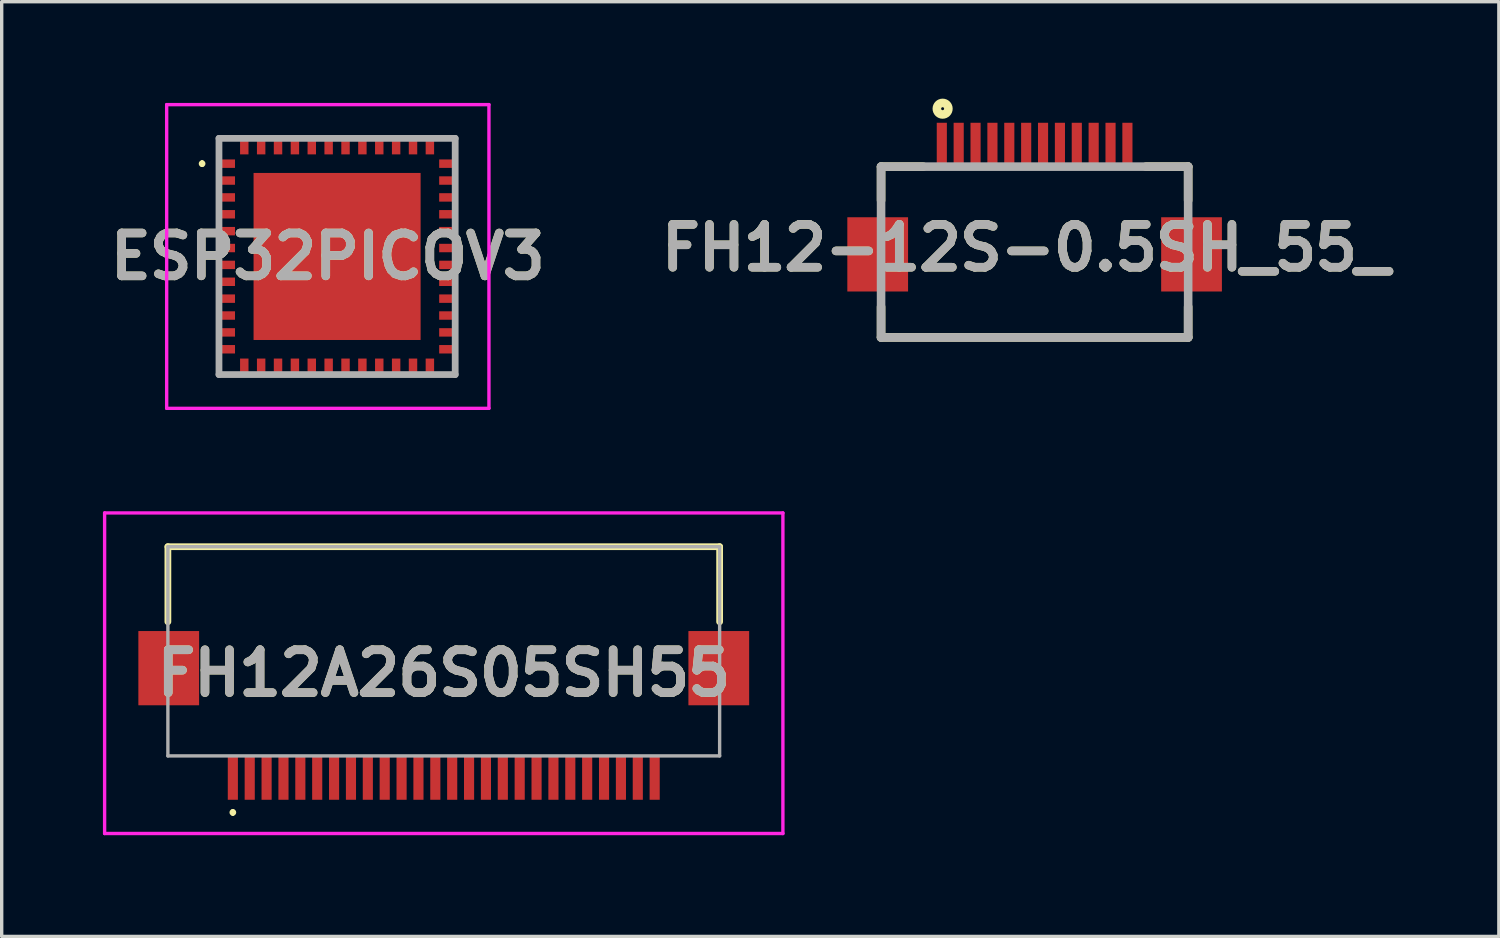
<source format=kicad_pcb>
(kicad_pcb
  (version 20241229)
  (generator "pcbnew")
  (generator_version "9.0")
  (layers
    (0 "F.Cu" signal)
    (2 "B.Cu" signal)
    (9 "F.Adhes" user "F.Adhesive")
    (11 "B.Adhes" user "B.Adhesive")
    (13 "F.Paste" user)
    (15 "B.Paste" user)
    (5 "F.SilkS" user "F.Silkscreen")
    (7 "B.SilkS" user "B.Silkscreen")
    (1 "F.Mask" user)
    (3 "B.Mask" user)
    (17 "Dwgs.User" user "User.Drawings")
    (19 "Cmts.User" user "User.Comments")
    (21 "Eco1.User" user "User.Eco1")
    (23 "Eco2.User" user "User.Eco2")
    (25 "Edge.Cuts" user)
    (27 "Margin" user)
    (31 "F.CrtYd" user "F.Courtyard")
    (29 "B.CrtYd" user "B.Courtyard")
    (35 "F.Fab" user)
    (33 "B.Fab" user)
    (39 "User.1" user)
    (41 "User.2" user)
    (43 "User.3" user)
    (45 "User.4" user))
  (footprint "FH12-12S-0.5SH_55_"
    (layer "F.Cu")
    (at 27.609 1.888)
    (property "Reference" "FH12-12S-0.5SH_55_" (at -0.261 2.407 0) (layer "F.SilkS") (effects (font (size 1.27 1.27) (thickness 0.254))))
    (attr smd)
    (fp_line (start -4.55 0) (end -4.55 1) (stroke (width 0.254) (type solid)) (layer "F.SilkS"))
    (fp_line (start -4.55 0) (end -3.3 0) (stroke (width 0.254) (type solid)) (layer "F.SilkS"))
    (fp_line (start -4.55 5.061) (end -4.55 4.155) (stroke (width 0.254) (type solid)) (layer "F.SilkS"))
    (fp_line (start -4.55 5.061) (end 4.55 5.061) (stroke (width 0.254) (type solid)) (layer "F.SilkS"))
    (fp_line (start 4.55 0) (end 3.3 0) (stroke (width 0.254) (type solid)) (layer "F.SilkS"))
    (fp_line (start 4.55 0) (end 4.55 1) (stroke (width 0.254) (type solid)) (layer "F.SilkS"))
    (fp_line (start 4.55 5.061) (end 4.55 4.155) (stroke (width 0.254) (type solid)) (layer "F.SilkS"))
    (fp_circle (center -2.726 -1.717) (end -2.726 -1.673) (stroke (width 0.254) (type solid)) (fill no) (layer "F.SilkS"))
    (fp_line (start -4.55 0) (end 4.55 0) (stroke (width 0.254) (type solid)) (layer "F.Fab"))
    (fp_line (start -4.55 5.061) (end -4.55 0) (stroke (width 0.254) (type solid)) (layer "F.Fab"))
    (fp_line (start 4.55 0) (end 4.55 5.061) (stroke (width 0.254) (type solid)) (layer "F.Fab"))
    (fp_line (start 4.55 5.061) (end -4.55 5.061) (stroke (width 0.254) (type solid)) (layer "F.Fab"))
    (fp_text user "${REFERENCE}" (at -0.261 2.407 0) (layer "F.Fab") (effects (font (size 1.27 1.27) (thickness 0.254))))
    (pad "1" smd rect (at -2.75 -0.65) (size 0.3 1.3) (layers "F.Cu" "F.Mask" "F.Paste"))
    (pad "2" smd rect (at -2.25 -0.65) (size 0.3 1.3) (layers "F.Cu" "F.Mask" "F.Paste"))
    (pad "3" smd rect (at -1.75 -0.65) (size 0.3 1.3) (layers "F.Cu" "F.Mask" "F.Paste"))
    (pad "4" smd rect (at -1.25 -0.65) (size 0.3 1.3) (layers "F.Cu" "F.Mask" "F.Paste"))
    (pad "5" smd rect (at -0.75 -0.65) (size 0.3 1.3) (layers "F.Cu" "F.Mask" "F.Paste"))
    (pad "6" smd rect (at -0.25 -0.65) (size 0.3 1.3) (layers "F.Cu" "F.Mask" "F.Paste"))
    (pad "7" smd rect (at 0.25 -0.65) (size 0.3 1.3) (layers "F.Cu" "F.Mask" "F.Paste"))
    (pad "8" smd rect (at 0.75 -0.65) (size 0.3 1.3) (layers "F.Cu" "F.Mask" "F.Paste"))
    (pad "9" smd rect (at 1.25 -0.65) (size 0.3 1.3) (layers "F.Cu" "F.Mask" "F.Paste"))
    (pad "10" smd rect (at 1.75 -0.65) (size 0.3 1.3) (layers "F.Cu" "F.Mask" "F.Paste"))
    (pad "11" smd rect (at 2.25 -0.65) (size 0.3 1.3) (layers "F.Cu" "F.Mask" "F.Paste"))
    (pad "12" smd rect (at 2.75 -0.65) (size 0.3 1.3) (layers "F.Cu" "F.Mask" "F.Paste"))
    (pad "13" smd rect (at 4.65 2.6) (size 1.8 2.2) (layers "F.Cu" "F.Mask" "F.Paste"))
    (pad "14" smd rect (at -4.65 2.6) (size 1.8 2.2) (layers "F.Cu" "F.Mask" "F.Paste")))
  (footprint "ESP32PICOV3"
    (layer "F.Cu")
    (at 6.939 4.55)
    (property "Reference" "ESP32PICOV3" (at -0.275 0 0) (layer "F.SilkS") (effects (font (size 1.27 1.27) (thickness 0.254))))
    (attr smd)
    (fp_line (start -4 -2.8) (end -4 -2.8) (stroke (width 0.1) (type solid)) (layer "F.SilkS"))
    (fp_line (start -4 -2.7) (end -4 -2.7) (stroke (width 0.1) (type solid)) (layer "F.SilkS"))
    (fp_arc (start -4 -2.8) (mid -3.95 -2.75) (end -4 -2.7) (stroke (width 0.1) (type solid)) (layer "F.SilkS"))
    (fp_arc (start -4 -2.7) (mid -4.05 -2.75) (end -4 -2.8) (stroke (width 0.1) (type solid)) (layer "F.SilkS"))
    (fp_line (start -5.05 -4.5) (end 4.5 -4.5) (stroke (width 0.1) (type solid)) (layer "F.CrtYd"))
    (fp_line (start -5.05 4.5) (end -5.05 -4.5) (stroke (width 0.1) (type solid)) (layer "F.CrtYd"))
    (fp_line (start 4.5 -4.5) (end 4.5 4.5) (stroke (width 0.1) (type solid)) (layer "F.CrtYd"))
    (fp_line (start 4.5 4.5) (end -5.05 4.5) (stroke (width 0.1) (type solid)) (layer "F.CrtYd"))
    (fp_line (start -3.5 -3.5) (end 3.5 -3.5) (stroke (width 0.2) (type solid)) (layer "F.Fab"))
    (fp_line (start -3.5 3.5) (end -3.5 -3.5) (stroke (width 0.2) (type solid)) (layer "F.Fab"))
    (fp_line (start 3.5 -3.5) (end 3.5 3.5) (stroke (width 0.2) (type solid)) (layer "F.Fab"))
    (fp_line (start 3.5 3.5) (end -3.5 3.5) (stroke (width 0.2) (type solid)) (layer "F.Fab"))
    (fp_text user "${REFERENCE}" (at -0.275 0 0) (layer "F.Fab") (effects (font (size 1.27 1.27) (thickness 0.254))))
    (pad "1" smd rect (at -3.225 -2.75 90) (size 0.25 0.4) (layers "F.Cu" "F.Mask" "F.Paste"))
    (pad "2" smd rect (at -3.225 -2.25 90) (size 0.25 0.4) (layers "F.Cu" "F.Mask" "F.Paste"))
    (pad "3" smd rect (at -3.225 -1.75 90) (size 0.25 0.4) (layers "F.Cu" "F.Mask" "F.Paste"))
    (pad "4" smd rect (at -3.225 -1.25 90) (size 0.25 0.4) (layers "F.Cu" "F.Mask" "F.Paste"))
    (pad "5" smd rect (at -3.225 -0.75 90) (size 0.25 0.4) (layers "F.Cu" "F.Mask" "F.Paste"))
    (pad "6" smd rect (at -3.225 -0.25 90) (size 0.25 0.4) (layers "F.Cu" "F.Mask" "F.Paste"))
    (pad "7" smd rect (at -3.225 0.25 90) (size 0.25 0.4) (layers "F.Cu" "F.Mask" "F.Paste"))
    (pad "8" smd rect (at -3.225 0.75 90) (size 0.25 0.4) (layers "F.Cu" "F.Mask" "F.Paste"))
    (pad "9" smd rect (at -3.225 1.25 90) (size 0.25 0.4) (layers "F.Cu" "F.Mask" "F.Paste"))
    (pad "10" smd rect (at -3.225 1.75 90) (size 0.25 0.4) (layers "F.Cu" "F.Mask" "F.Paste"))
    (pad "11" smd rect (at -3.225 2.25 90) (size 0.25 0.4) (layers "F.Cu" "F.Mask" "F.Paste"))
    (pad "12" smd rect (at -3.225 2.75 90) (size 0.25 0.4) (layers "F.Cu" "F.Mask" "F.Paste"))
    (pad "13" smd rect (at -2.75 3.225) (size 0.25 0.4) (layers "F.Cu" "F.Mask" "F.Paste"))
    (pad "14" smd rect (at -2.25 3.225) (size 0.25 0.4) (layers "F.Cu" "F.Mask" "F.Paste"))
    (pad "15" smd rect (at -1.75 3.225) (size 0.25 0.4) (layers "F.Cu" "F.Mask" "F.Paste"))
    (pad "16" smd rect (at -1.25 3.225) (size 0.25 0.4) (layers "F.Cu" "F.Mask" "F.Paste"))
    (pad "17" smd rect (at -0.75 3.225) (size 0.25 0.4) (layers "F.Cu" "F.Mask" "F.Paste"))
    (pad "18" smd rect (at -0.25 3.225) (size 0.25 0.4) (layers "F.Cu" "F.Mask" "F.Paste"))
    (pad "19" smd rect (at 0.25 3.225) (size 0.25 0.4) (layers "F.Cu" "F.Mask" "F.Paste"))
    (pad "20" smd rect (at 0.75 3.225) (size 0.25 0.4) (layers "F.Cu" "F.Mask" "F.Paste"))
    (pad "21" smd rect (at 1.25 3.225) (size 0.25 0.4) (layers "F.Cu" "F.Mask" "F.Paste"))
    (pad "22" smd rect (at 1.75 3.225) (size 0.25 0.4) (layers "F.Cu" "F.Mask" "F.Paste"))
    (pad "23" smd rect (at 2.25 3.225) (size 0.25 0.4) (layers "F.Cu" "F.Mask" "F.Paste"))
    (pad "24" smd rect (at 2.75 3.225) (size 0.25 0.4) (layers "F.Cu" "F.Mask" "F.Paste"))
    (pad "25" smd rect (at 3.225 2.75 90) (size 0.25 0.4) (layers "F.Cu" "F.Mask" "F.Paste"))
    (pad "26" smd rect (at 3.225 2.25 90) (size 0.25 0.4) (layers "F.Cu" "F.Mask" "F.Paste"))
    (pad "27" smd rect (at 3.225 1.75 90) (size 0.25 0.4) (layers "F.Cu" "F.Mask" "F.Paste"))
    (pad "28" smd rect (at 3.225 1.25 90) (size 0.25 0.4) (layers "F.Cu" "F.Mask" "F.Paste"))
    (pad "29" smd rect (at 3.225 0.75 90) (size 0.25 0.4) (layers "F.Cu" "F.Mask" "F.Paste"))
    (pad "30" smd rect (at 3.225 0.25 90) (size 0.25 0.4) (layers "F.Cu" "F.Mask" "F.Paste"))
    (pad "31" smd rect (at 3.225 -0.25 90) (size 0.25 0.4) (layers "F.Cu" "F.Mask" "F.Paste"))
    (pad "32" smd rect (at 3.225 -0.75 90) (size 0.25 0.4) (layers "F.Cu" "F.Mask" "F.Paste"))
    (pad "33" smd rect (at 3.225 -1.25 90) (size 0.25 0.4) (layers "F.Cu" "F.Mask" "F.Paste"))
    (pad "34" smd rect (at 3.225 -1.75 90) (size 0.25 0.4) (layers "F.Cu" "F.Mask" "F.Paste"))
    (pad "35" smd rect (at 3.225 -2.25 90) (size 0.25 0.4) (layers "F.Cu" "F.Mask" "F.Paste"))
    (pad "36" smd rect (at 3.225 -2.75 90) (size 0.25 0.4) (layers "F.Cu" "F.Mask" "F.Paste"))
    (pad "37" smd rect (at 2.75 -3.225) (size 0.25 0.4) (layers "F.Cu" "F.Mask" "F.Paste"))
    (pad "38" smd rect (at 2.25 -3.225) (size 0.25 0.4) (layers "F.Cu" "F.Mask" "F.Paste"))
    (pad "39" smd rect (at 1.75 -3.225) (size 0.25 0.4) (layers "F.Cu" "F.Mask" "F.Paste"))
    (pad "40" smd rect (at 1.25 -3.225) (size 0.25 0.4) (layers "F.Cu" "F.Mask" "F.Paste"))
    (pad "41" smd rect (at 0.75 -3.225) (size 0.25 0.4) (layers "F.Cu" "F.Mask" "F.Paste"))
    (pad "42" smd rect (at 0.25 -3.225) (size 0.25 0.4) (layers "F.Cu" "F.Mask" "F.Paste"))
    (pad "43" smd rect (at -0.25 -3.225) (size 0.25 0.4) (layers "F.Cu" "F.Mask" "F.Paste"))
    (pad "44" smd rect (at -0.75 -3.225) (size 0.25 0.4) (layers "F.Cu" "F.Mask" "F.Paste"))
    (pad "45" smd rect (at -1.25 -3.225) (size 0.25 0.4) (layers "F.Cu" "F.Mask" "F.Paste"))
    (pad "46" smd rect (at -1.75 -3.225) (size 0.25 0.4) (layers "F.Cu" "F.Mask" "F.Paste"))
    (pad "47" smd rect (at -2.25 -3.225) (size 0.25 0.4) (layers "F.Cu" "F.Mask" "F.Paste"))
    (pad "48" smd rect (at -2.75 -3.225) (size 0.25 0.4) (layers "F.Cu" "F.Mask" "F.Paste"))
    (pad "49" smd rect (at 0 0) (size 4.95 4.95) (layers "F.Cu" "F.Mask" "F.Paste")))
  (footprint "FH12A26S05SH55"
    (layer "F.Cu")
    (at 10.1 16.575)
    (property "Reference" "FH12A26S05SH55" (at 0 0.325 0) (layer "F.SilkS") (effects (font (size 1.27 1.27) (thickness 0.254))))
    (attr smd)
    (fp_line (start -8.175 -3.425) (end 8.175 -3.425) (stroke (width 0.2) (type solid)) (layer "F.SilkS"))
    (fp_line (start -8.175 -1.2) (end -8.175 -3.425) (stroke (width 0.2) (type solid)) (layer "F.SilkS"))
    (fp_line (start -6.25 4.4) (end -6.25 4.4) (stroke (width 0.1) (type solid)) (layer "F.SilkS"))
    (fp_line (start -6.25 4.5) (end -6.25 4.5) (stroke (width 0.1) (type solid)) (layer "F.SilkS"))
    (fp_line (start 8.175 -3.425) (end 8.175 -1.2) (stroke (width 0.2) (type solid)) (layer "F.SilkS"))
    (fp_arc (start -6.25 4.4) (mid -6.2 4.45) (end -6.25 4.5) (stroke (width 0.1) (type solid)) (layer "F.SilkS"))
    (fp_arc (start -6.25 4.5) (mid -6.3 4.45) (end -6.25 4.4) (stroke (width 0.1) (type solid)) (layer "F.SilkS"))
    (fp_line (start -10.05 -4.425) (end 10.05 -4.425) (stroke (width 0.1) (type solid)) (layer "F.CrtYd"))
    (fp_line (start -10.05 5.075) (end -10.05 -4.425) (stroke (width 0.1) (type solid)) (layer "F.CrtYd"))
    (fp_line (start 10.05 -4.425) (end 10.05 5.075) (stroke (width 0.1) (type solid)) (layer "F.CrtYd"))
    (fp_line (start 10.05 5.075) (end -10.05 5.075) (stroke (width 0.1) (type solid)) (layer "F.CrtYd"))
    (fp_line (start -8.175 -3.425) (end 8.175 -3.425) (stroke (width 0.1) (type solid)) (layer "F.Fab"))
    (fp_line (start -8.175 2.775) (end -8.175 -3.425) (stroke (width 0.1) (type solid)) (layer "F.Fab"))
    (fp_line (start 8.175 -3.425) (end 8.175 2.775) (stroke (width 0.1) (type solid)) (layer "F.Fab"))
    (fp_line (start 8.175 2.775) (end -8.175 2.775) (stroke (width 0.1) (type solid)) (layer "F.Fab"))
    (fp_text user "${REFERENCE}" (at 0 0.325 0) (layer "F.Fab") (effects (font (size 1.27 1.27) (thickness 0.254))))
    (pad "1" smd rect (at -6.25 3.425) (size 0.3 1.3) (layers "F.Cu" "F.Mask" "F.Paste"))
    (pad "2" smd rect (at -5.75 3.425) (size 0.3 1.3) (layers "F.Cu" "F.Mask" "F.Paste"))
    (pad "3" smd rect (at -5.25 3.425) (size 0.3 1.3) (layers "F.Cu" "F.Mask" "F.Paste"))
    (pad "4" smd rect (at -4.75 3.425) (size 0.3 1.3) (layers "F.Cu" "F.Mask" "F.Paste"))
    (pad "5" smd rect (at -4.25 3.425) (size 0.3 1.3) (layers "F.Cu" "F.Mask" "F.Paste"))
    (pad "6" smd rect (at -3.75 3.425) (size 0.3 1.3) (layers "F.Cu" "F.Mask" "F.Paste"))
    (pad "7" smd rect (at -3.25 3.425) (size 0.3 1.3) (layers "F.Cu" "F.Mask" "F.Paste"))
    (pad "8" smd rect (at -2.75 3.425) (size 0.3 1.3) (layers "F.Cu" "F.Mask" "F.Paste"))
    (pad "9" smd rect (at -2.25 3.425) (size 0.3 1.3) (layers "F.Cu" "F.Mask" "F.Paste"))
    (pad "10" smd rect (at -1.75 3.425) (size 0.3 1.3) (layers "F.Cu" "F.Mask" "F.Paste"))
    (pad "11" smd rect (at -1.25 3.425) (size 0.3 1.3) (layers "F.Cu" "F.Mask" "F.Paste"))
    (pad "12" smd rect (at -0.75 3.425) (size 0.3 1.3) (layers "F.Cu" "F.Mask" "F.Paste"))
    (pad "13" smd rect (at -0.25 3.425) (size 0.3 1.3) (layers "F.Cu" "F.Mask" "F.Paste"))
    (pad "14" smd rect (at 0.25 3.425) (size 0.3 1.3) (layers "F.Cu" "F.Mask" "F.Paste"))
    (pad "15" smd rect (at 0.75 3.425) (size 0.3 1.3) (layers "F.Cu" "F.Mask" "F.Paste"))
    (pad "16" smd rect (at 1.25 3.425) (size 0.3 1.3) (layers "F.Cu" "F.Mask" "F.Paste"))
    (pad "17" smd rect (at 1.75 3.425) (size 0.3 1.3) (layers "F.Cu" "F.Mask" "F.Paste"))
    (pad "18" smd rect (at 2.25 3.425) (size 0.3 1.3) (layers "F.Cu" "F.Mask" "F.Paste"))
    (pad "19" smd rect (at 2.75 3.425) (size 0.3 1.3) (layers "F.Cu" "F.Mask" "F.Paste"))
    (pad "20" smd rect (at 3.25 3.425) (size 0.3 1.3) (layers "F.Cu" "F.Mask" "F.Paste"))
    (pad "21" smd rect (at 3.75 3.425) (size 0.3 1.3) (layers "F.Cu" "F.Mask" "F.Paste"))
    (pad "22" smd rect (at 4.25 3.425) (size 0.3 1.3) (layers "F.Cu" "F.Mask" "F.Paste"))
    (pad "23" smd rect (at 4.75 3.425) (size 0.3 1.3) (layers "F.Cu" "F.Mask" "F.Paste"))
    (pad "24" smd rect (at 5.25 3.425) (size 0.3 1.3) (layers "F.Cu" "F.Mask" "F.Paste"))
    (pad "25" smd rect (at 5.75 3.425) (size 0.3 1.3) (layers "F.Cu" "F.Mask" "F.Paste"))
    (pad "26" smd rect (at 6.25 3.425) (size 0.3 1.3) (layers "F.Cu" "F.Mask" "F.Paste"))
    (pad "MP1" smd rect (at -8.15 0.175) (size 1.8 2.2) (layers "F.Cu" "F.Mask" "F.Paste"))
    (pad "MP2" smd rect (at 8.15 0.175) (size 1.8 2.2) (layers "F.Cu" "F.Mask" "F.Paste")))
  (gr_rect
    (start -3 -3)
    (end 41.366 24.7)
    (stroke (width 0.1) (type default))
    (fill no)
    (layer "Edge.Cuts")))
</source>
